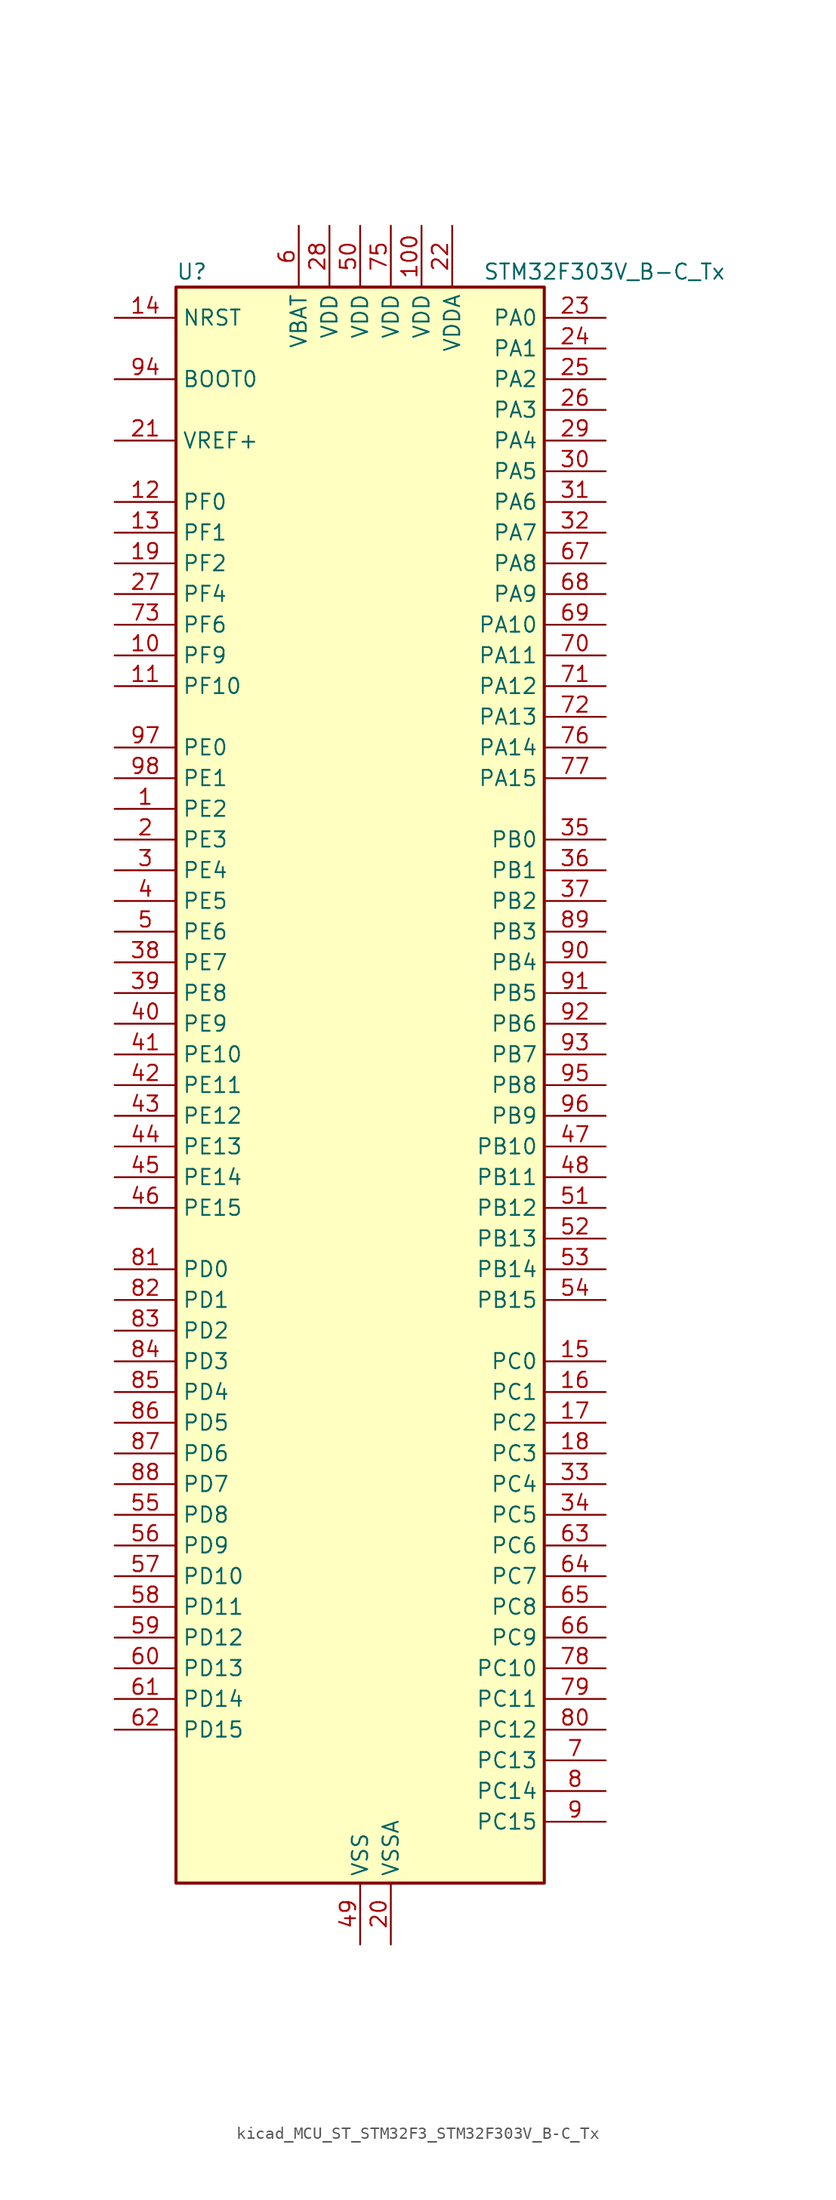
<source format=kicad_sym>
(kicad_symbol_lib
  (version 20220914)
  (generator kicad_symbol_editor)
  (symbol "kicad_MCU_ST_STM32F3_STM32F303V_B-C_Tx"
    (property "Reference" "U"
      (at -15.24 67.31 0)
      (effects (font (size 1.27 1.27)) (justify left)))
    (property "Value" "STM32F303V_B-C_Tx"
      (at 10.16 67.31 0)
      (effects (font (size 1.27 1.27)) (justify left)))
    (property "ki_locked" ""
      (at 0 0 0)
      (effects (font (size 1.27 1.27))))
    (symbol "kicad_MCU_ST_STM32F3_STM32F303V_B-C_Tx_0_1"
      (rectangle (start -15.24 -66.04) (end 15.24 66.04) (stroke (width 0.254) (type default)) (fill (type background))))
    (symbol "kicad_MCU_ST_STM32F3_STM32F303V_B-C_Tx_1_1"
      (pin bidirectional line (at -20.32 22.86 0) (length 5.08) (name "PE2" (effects (font (size 1.27 1.27)))) (number "1" (effects (font (size 1.27 1.27)))) (alternate "ADC3_EXTI2" bidirectional line) (alternate "ADC4_EXTI2" bidirectional line) (alternate "SYS_TRACECK" bidirectional line) (alternate "TIM3_CH1" bidirectional line) (alternate "TSC_G7_IO1" bidirectional line))
      (pin bidirectional line (at -20.32 35.56 0) (length 5.08) (name "PF9" (effects (font (size 1.27 1.27)))) (number "10" (effects (font (size 1.27 1.27)))) (alternate "DAC_EXTI9" bidirectional line) (alternate "SPI2_SCK" bidirectional line) (alternate "TIM15_CH1" bidirectional line))
      (pin power_in line (at 5.08 71.12 270) (length 5.08) (name "VDD" (effects (font (size 1.27 1.27)))) (number "100" (effects (font (size 1.27 1.27)))))
      (pin bidirectional line (at -20.32 33.02 0) (length 5.08) (name "PF10" (effects (font (size 1.27 1.27)))) (number "11" (effects (font (size 1.27 1.27)))) (alternate "SPI2_SCK" bidirectional line) (alternate "TIM15_CH2" bidirectional line))
      (pin bidirectional line (at -20.32 48.26 0) (length 5.08) (name "PF0" (effects (font (size 1.27 1.27)))) (number "12" (effects (font (size 1.27 1.27)))) (alternate "I2C2_SDA" bidirectional line) (alternate "RCC_OSC_IN" bidirectional line) (alternate "TIM1_CH3N" bidirectional line))
      (pin bidirectional line (at -20.32 45.72 0) (length 5.08) (name "PF1" (effects (font (size 1.27 1.27)))) (number "13" (effects (font (size 1.27 1.27)))) (alternate "I2C2_SCL" bidirectional line) (alternate "RCC_OSC_OUT" bidirectional line))
      (pin input line (at -20.32 63.5 0) (length 5.08) (name "NRST" (effects (font (size 1.27 1.27)))) (number "14" (effects (font (size 1.27 1.27)))))
      (pin bidirectional line (at 20.32 -22.86 180) (length 5.08) (name "PC0" (effects (font (size 1.27 1.27)))) (number "15" (effects (font (size 1.27 1.27)))) (alternate "ADC1_IN6" bidirectional line) (alternate "ADC2_IN6" bidirectional line) (alternate "COMP7_INM" bidirectional line))
      (pin bidirectional line (at 20.32 -25.4 180) (length 5.08) (name "PC1" (effects (font (size 1.27 1.27)))) (number "16" (effects (font (size 1.27 1.27)))) (alternate "ADC1_IN7" bidirectional line) (alternate "ADC2_IN7" bidirectional line) (alternate "COMP7_INP" bidirectional line))
      (pin bidirectional line (at 20.32 -27.94 180) (length 5.08) (name "PC2" (effects (font (size 1.27 1.27)))) (number "17" (effects (font (size 1.27 1.27)))) (alternate "ADC1_IN8" bidirectional line) (alternate "ADC2_IN8" bidirectional line) (alternate "ADC3_EXTI2" bidirectional line) (alternate "ADC4_EXTI2" bidirectional line) (alternate "COMP7_OUT" bidirectional line))
      (pin bidirectional line (at 20.32 -30.48 180) (length 5.08) (name "PC3" (effects (font (size 1.27 1.27)))) (number "18" (effects (font (size 1.27 1.27)))) (alternate "ADC1_IN9" bidirectional line) (alternate "ADC2_IN9" bidirectional line) (alternate "TIM1_BKIN2" bidirectional line))
      (pin bidirectional line (at -20.32 43.18 0) (length 5.08) (name "PF2" (effects (font (size 1.27 1.27)))) (number "19" (effects (font (size 1.27 1.27)))) (alternate "ADC1_IN10" bidirectional line) (alternate "ADC2_IN10" bidirectional line) (alternate "ADC3_EXTI2" bidirectional line) (alternate "ADC4_EXTI2" bidirectional line))
      (pin bidirectional line (at -20.32 20.32 0) (length 5.08) (name "PE3" (effects (font (size 1.27 1.27)))) (number "2" (effects (font (size 1.27 1.27)))) (alternate "SYS_TRACED0" bidirectional line) (alternate "TIM3_CH2" bidirectional line) (alternate "TSC_G7_IO2" bidirectional line))
      (pin power_in line (at 2.54 -71.12 90) (length 5.08) (name "VSSA" (effects (font (size 1.27 1.27)))) (number "20" (effects (font (size 1.27 1.27)))))
      (pin input line (at -20.32 53.34 0) (length 5.08) (name "VREF+" (effects (font (size 1.27 1.27)))) (number "21" (effects (font (size 1.27 1.27)))))
      (pin power_in line (at 7.62 71.12 270) (length 5.08) (name "VDDA" (effects (font (size 1.27 1.27)))) (number "22" (effects (font (size 1.27 1.27)))))
      (pin bidirectional line (at 20.32 63.5 180) (length 5.08) (name "PA0" (effects (font (size 1.27 1.27)))) (number "23" (effects (font (size 1.27 1.27)))) (alternate "ADC1_IN1" bidirectional line) (alternate "COMP1_INM" bidirectional line) (alternate "COMP1_OUT" bidirectional line) (alternate "COMP7_INP" bidirectional line) (alternate "RTC_TAMP2" bidirectional line) (alternate "SYS_WKUP1" bidirectional line) (alternate "TIM2_CH1" bidirectional line) (alternate "TIM2_ETR" bidirectional line) (alternate "TIM8_BKIN" bidirectional line) (alternate "TIM8_ETR" bidirectional line) (alternate "TSC_G1_IO1" bidirectional line) (alternate "USART2_CTS" bidirectional line))
      (pin bidirectional line (at 20.32 60.96 180) (length 5.08) (name "PA1" (effects (font (size 1.27 1.27)))) (number "24" (effects (font (size 1.27 1.27)))) (alternate "ADC1_IN2" bidirectional line) (alternate "COMP1_INP" bidirectional line) (alternate "OPAMP1_VINP" bidirectional line) (alternate "OPAMP1_VINP_SEC" bidirectional line) (alternate "OPAMP3_VINP" bidirectional line) (alternate "OPAMP3_VINP_SEC" bidirectional line) (alternate "RTC_REFIN" bidirectional line) (alternate "TIM15_CH1N" bidirectional line) (alternate "TIM2_CH2" bidirectional line) (alternate "TSC_G1_IO2" bidirectional line) (alternate "USART2_DE" bidirectional line) (alternate "USART2_RTS" bidirectional line))
      (pin bidirectional line (at 20.32 58.42 180) (length 5.08) (name "PA2" (effects (font (size 1.27 1.27)))) (number "25" (effects (font (size 1.27 1.27)))) (alternate "ADC1_IN3" bidirectional line) (alternate "ADC3_EXTI2" bidirectional line) (alternate "ADC4_EXTI2" bidirectional line) (alternate "COMP2_INM" bidirectional line) (alternate "COMP2_OUT" bidirectional line) (alternate "OPAMP1_VOUT" bidirectional line) (alternate "TIM15_CH1" bidirectional line) (alternate "TIM2_CH3" bidirectional line) (alternate "TSC_G1_IO3" bidirectional line) (alternate "USART2_TX" bidirectional line))
      (pin bidirectional line (at 20.32 55.88 180) (length 5.08) (name "PA3" (effects (font (size 1.27 1.27)))) (number "26" (effects (font (size 1.27 1.27)))) (alternate "ADC1_IN4" bidirectional line) (alternate "COMP2_INP" bidirectional line) (alternate "OPAMP1_VINM" bidirectional line) (alternate "OPAMP1_VINM_SEC" bidirectional line) (alternate "OPAMP1_VINP" bidirectional line) (alternate "OPAMP1_VINP_SEC" bidirectional line) (alternate "TIM15_CH2" bidirectional line) (alternate "TIM2_CH4" bidirectional line) (alternate "TSC_G1_IO4" bidirectional line) (alternate "USART2_RX" bidirectional line))
      (pin bidirectional line (at -20.32 40.64 0) (length 5.08) (name "PF4" (effects (font (size 1.27 1.27)))) (number "27" (effects (font (size 1.27 1.27)))) (alternate "ADC1_IN5" bidirectional line) (alternate "COMP1_OUT" bidirectional line))
      (pin power_in line (at -2.54 71.12 270) (length 5.08) (name "VDD" (effects (font (size 1.27 1.27)))) (number "28" (effects (font (size 1.27 1.27)))))
      (pin bidirectional line (at 20.32 53.34 180) (length 5.08) (name "PA4" (effects (font (size 1.27 1.27)))) (number "29" (effects (font (size 1.27 1.27)))) (alternate "ADC2_IN1" bidirectional line) (alternate "COMP1_INM" bidirectional line) (alternate "COMP2_INM" bidirectional line) (alternate "COMP3_INM" bidirectional line) (alternate "COMP4_INM" bidirectional line) (alternate "COMP5_INM" bidirectional line) (alternate "COMP6_INM" bidirectional line) (alternate "COMP7_INM" bidirectional line) (alternate "DAC_OUT1" bidirectional line) (alternate "I2S3_WS" bidirectional line) (alternate "OPAMP4_VINP" bidirectional line) (alternate "OPAMP4_VINP_SEC" bidirectional line) (alternate "SPI1_NSS" bidirectional line) (alternate "SPI3_NSS" bidirectional line) (alternate "TIM3_CH2" bidirectional line) (alternate "TSC_G2_IO1" bidirectional line) (alternate "USART2_CK" bidirectional line))
      (pin bidirectional line (at -20.32 17.78 0) (length 5.08) (name "PE4" (effects (font (size 1.27 1.27)))) (number "3" (effects (font (size 1.27 1.27)))) (alternate "SYS_TRACED1" bidirectional line) (alternate "TIM3_CH3" bidirectional line) (alternate "TSC_G7_IO3" bidirectional line))
      (pin bidirectional line (at 20.32 50.8 180) (length 5.08) (name "PA5" (effects (font (size 1.27 1.27)))) (number "30" (effects (font (size 1.27 1.27)))) (alternate "ADC2_IN2" bidirectional line) (alternate "COMP1_INM" bidirectional line) (alternate "COMP2_INM" bidirectional line) (alternate "COMP3_INM" bidirectional line) (alternate "COMP4_INM" bidirectional line) (alternate "COMP5_INM" bidirectional line) (alternate "COMP6_INM" bidirectional line) (alternate "COMP7_INM" bidirectional line) (alternate "DAC_OUT2" bidirectional line) (alternate "OPAMP1_VINP" bidirectional line) (alternate "OPAMP1_VINP_SEC" bidirectional line) (alternate "OPAMP2_VINM" bidirectional line) (alternate "OPAMP2_VINM_SEC" bidirectional line) (alternate "OPAMP3_VINP" bidirectional line) (alternate "OPAMP3_VINP_SEC" bidirectional line) (alternate "SPI1_SCK" bidirectional line) (alternate "TIM2_CH1" bidirectional line) (alternate "TIM2_ETR" bidirectional line) (alternate "TSC_G2_IO2" bidirectional line))
      (pin bidirectional line (at 20.32 48.26 180) (length 5.08) (name "PA6" (effects (font (size 1.27 1.27)))) (number "31" (effects (font (size 1.27 1.27)))) (alternate "ADC2_IN3" bidirectional line) (alternate "COMP1_OUT" bidirectional line) (alternate "OPAMP2_VOUT" bidirectional line) (alternate "SPI1_MISO" bidirectional line) (alternate "TIM16_CH1" bidirectional line) (alternate "TIM1_BKIN" bidirectional line) (alternate "TIM3_CH1" bidirectional line) (alternate "TIM8_BKIN" bidirectional line) (alternate "TSC_G2_IO3" bidirectional line))
      (pin bidirectional line (at 20.32 45.72 180) (length 5.08) (name "PA7" (effects (font (size 1.27 1.27)))) (number "32" (effects (font (size 1.27 1.27)))) (alternate "ADC2_IN4" bidirectional line) (alternate "COMP2_INP" bidirectional line) (alternate "COMP2_OUT" bidirectional line) (alternate "OPAMP1_VINP" bidirectional line) (alternate "OPAMP1_VINP_SEC" bidirectional line) (alternate "OPAMP2_VINP" bidirectional line) (alternate "OPAMP2_VINP_SEC" bidirectional line) (alternate "SPI1_MOSI" bidirectional line) (alternate "TIM17_CH1" bidirectional line) (alternate "TIM1_CH1N" bidirectional line) (alternate "TIM3_CH2" bidirectional line) (alternate "TIM8_CH1N" bidirectional line) (alternate "TSC_G2_IO4" bidirectional line))
      (pin bidirectional line (at 20.32 -33.02 180) (length 5.08) (name "PC4" (effects (font (size 1.27 1.27)))) (number "33" (effects (font (size 1.27 1.27)))) (alternate "ADC2_IN5" bidirectional line) (alternate "USART1_TX" bidirectional line))
      (pin bidirectional line (at 20.32 -35.56 180) (length 5.08) (name "PC5" (effects (font (size 1.27 1.27)))) (number "34" (effects (font (size 1.27 1.27)))) (alternate "ADC2_IN11" bidirectional line) (alternate "OPAMP1_VINM" bidirectional line) (alternate "OPAMP1_VINM_SEC" bidirectional line) (alternate "OPAMP2_VINM" bidirectional line) (alternate "OPAMP2_VINM_SEC" bidirectional line) (alternate "TSC_G3_IO1" bidirectional line) (alternate "USART1_RX" bidirectional line))
      (pin bidirectional line (at 20.32 20.32 180) (length 5.08) (name "PB0" (effects (font (size 1.27 1.27)))) (number "35" (effects (font (size 1.27 1.27)))) (alternate "ADC3_IN12" bidirectional line) (alternate "COMP4_INP" bidirectional line) (alternate "OPAMP2_VINP" bidirectional line) (alternate "OPAMP2_VINP_SEC" bidirectional line) (alternate "OPAMP3_VINP" bidirectional line) (alternate "OPAMP3_VINP_SEC" bidirectional line) (alternate "TIM1_CH2N" bidirectional line) (alternate "TIM3_CH3" bidirectional line) (alternate "TIM8_CH2N" bidirectional line) (alternate "TSC_G3_IO2" bidirectional line))
      (pin bidirectional line (at 20.32 17.78 180) (length 5.08) (name "PB1" (effects (font (size 1.27 1.27)))) (number "36" (effects (font (size 1.27 1.27)))) (alternate "ADC3_IN1" bidirectional line) (alternate "COMP4_OUT" bidirectional line) (alternate "OPAMP3_VOUT" bidirectional line) (alternate "TIM1_CH3N" bidirectional line) (alternate "TIM3_CH4" bidirectional line) (alternate "TIM8_CH3N" bidirectional line) (alternate "TSC_G3_IO3" bidirectional line))
      (pin bidirectional line (at 20.32 15.24 180) (length 5.08) (name "PB2" (effects (font (size 1.27 1.27)))) (number "37" (effects (font (size 1.27 1.27)))) (alternate "ADC2_IN12" bidirectional line) (alternate "ADC3_EXTI2" bidirectional line) (alternate "ADC4_EXTI2" bidirectional line) (alternate "COMP4_INM" bidirectional line) (alternate "OPAMP3_VINM" bidirectional line) (alternate "OPAMP3_VINM_SEC" bidirectional line) (alternate "TSC_G3_IO4" bidirectional line))
      (pin bidirectional line (at -20.32 10.16 0) (length 5.08) (name "PE7" (effects (font (size 1.27 1.27)))) (number "38" (effects (font (size 1.27 1.27)))) (alternate "ADC3_IN13" bidirectional line) (alternate "COMP4_INP" bidirectional line) (alternate "TIM1_ETR" bidirectional line))
      (pin bidirectional line (at -20.32 7.62 0) (length 5.08) (name "PE8" (effects (font (size 1.27 1.27)))) (number "39" (effects (font (size 1.27 1.27)))) (alternate "ADC3_IN6" bidirectional line) (alternate "ADC4_IN6" bidirectional line) (alternate "COMP4_INM" bidirectional line) (alternate "TIM1_CH1N" bidirectional line))
      (pin bidirectional line (at -20.32 15.24 0) (length 5.08) (name "PE5" (effects (font (size 1.27 1.27)))) (number "4" (effects (font (size 1.27 1.27)))) (alternate "SYS_TRACED2" bidirectional line) (alternate "TIM3_CH4" bidirectional line) (alternate "TSC_G7_IO4" bidirectional line))
      (pin bidirectional line (at -20.32 5.08 0) (length 5.08) (name "PE9" (effects (font (size 1.27 1.27)))) (number "40" (effects (font (size 1.27 1.27)))) (alternate "ADC3_IN2" bidirectional line) (alternate "DAC_EXTI9" bidirectional line) (alternate "TIM1_CH1" bidirectional line))
      (pin bidirectional line (at -20.32 2.54 0) (length 5.08) (name "PE10" (effects (font (size 1.27 1.27)))) (number "41" (effects (font (size 1.27 1.27)))) (alternate "ADC3_IN14" bidirectional line) (alternate "TIM1_CH2N" bidirectional line))
      (pin bidirectional line (at -20.32 0 0) (length 5.08) (name "PE11" (effects (font (size 1.27 1.27)))) (number "42" (effects (font (size 1.27 1.27)))) (alternate "ADC1_EXTI11" bidirectional line) (alternate "ADC2_EXTI11" bidirectional line) (alternate "ADC3_IN15" bidirectional line) (alternate "TIM1_CH2" bidirectional line))
      (pin bidirectional line (at -20.32 -2.54 0) (length 5.08) (name "PE12" (effects (font (size 1.27 1.27)))) (number "43" (effects (font (size 1.27 1.27)))) (alternate "ADC3_IN16" bidirectional line) (alternate "TIM1_CH3N" bidirectional line))
      (pin bidirectional line (at -20.32 -5.08 0) (length 5.08) (name "PE13" (effects (font (size 1.27 1.27)))) (number "44" (effects (font (size 1.27 1.27)))) (alternate "ADC3_IN3" bidirectional line) (alternate "TIM1_CH3" bidirectional line))
      (pin bidirectional line (at -20.32 -7.62 0) (length 5.08) (name "PE14" (effects (font (size 1.27 1.27)))) (number "45" (effects (font (size 1.27 1.27)))) (alternate "ADC4_IN1" bidirectional line) (alternate "TIM1_BKIN2" bidirectional line) (alternate "TIM1_CH4" bidirectional line))
      (pin bidirectional line (at -20.32 -10.16 0) (length 5.08) (name "PE15" (effects (font (size 1.27 1.27)))) (number "46" (effects (font (size 1.27 1.27)))) (alternate "ADC1_EXTI15" bidirectional line) (alternate "ADC2_EXTI15" bidirectional line) (alternate "ADC4_IN2" bidirectional line) (alternate "TIM1_BKIN" bidirectional line) (alternate "USART3_RX" bidirectional line))
      (pin bidirectional line (at 20.32 -5.08 180) (length 5.08) (name "PB10" (effects (font (size 1.27 1.27)))) (number "47" (effects (font (size 1.27 1.27)))) (alternate "COMP5_INM" bidirectional line) (alternate "OPAMP3_VINM" bidirectional line) (alternate "OPAMP3_VINM_SEC" bidirectional line) (alternate "OPAMP4_VINM" bidirectional line) (alternate "OPAMP4_VINM_SEC" bidirectional line) (alternate "TIM2_CH3" bidirectional line) (alternate "TSC_SYNC" bidirectional line) (alternate "USART3_TX" bidirectional line))
      (pin bidirectional line (at 20.32 -7.62 180) (length 5.08) (name "PB11" (effects (font (size 1.27 1.27)))) (number "48" (effects (font (size 1.27 1.27)))) (alternate "ADC1_EXTI11" bidirectional line) (alternate "ADC2_EXTI11" bidirectional line) (alternate "COMP6_INP" bidirectional line) (alternate "OPAMP4_VINP" bidirectional line) (alternate "OPAMP4_VINP_SEC" bidirectional line) (alternate "TIM2_CH4" bidirectional line) (alternate "TSC_G6_IO1" bidirectional line) (alternate "USART3_RX" bidirectional line))
      (pin power_in line (at 0 -71.12 90) (length 5.08) (name "VSS" (effects (font (size 1.27 1.27)))) (number "49" (effects (font (size 1.27 1.27)))))
      (pin bidirectional line (at -20.32 12.7 0) (length 5.08) (name "PE6" (effects (font (size 1.27 1.27)))) (number "5" (effects (font (size 1.27 1.27)))) (alternate "RTC_TAMP3" bidirectional line) (alternate "SYS_TRACED3" bidirectional line) (alternate "SYS_WKUP3" bidirectional line))
      (pin power_in line (at 0 71.12 270) (length 5.08) (name "VDD" (effects (font (size 1.27 1.27)))) (number "50" (effects (font (size 1.27 1.27)))))
      (pin bidirectional line (at 20.32 -10.16 180) (length 5.08) (name "PB12" (effects (font (size 1.27 1.27)))) (number "51" (effects (font (size 1.27 1.27)))) (alternate "ADC4_IN3" bidirectional line) (alternate "COMP3_INM" bidirectional line) (alternate "I2C2_SMBA" bidirectional line) (alternate "I2S2_WS" bidirectional line) (alternate "OPAMP4_VOUT" bidirectional line) (alternate "SPI2_NSS" bidirectional line) (alternate "TIM1_BKIN" bidirectional line) (alternate "TSC_G6_IO2" bidirectional line) (alternate "USART3_CK" bidirectional line))
      (pin bidirectional line (at 20.32 -12.7 180) (length 5.08) (name "PB13" (effects (font (size 1.27 1.27)))) (number "52" (effects (font (size 1.27 1.27)))) (alternate "ADC3_IN5" bidirectional line) (alternate "COMP5_INP" bidirectional line) (alternate "I2S2_CK" bidirectional line) (alternate "OPAMP3_VINP" bidirectional line) (alternate "OPAMP3_VINP_SEC" bidirectional line) (alternate "OPAMP4_VINP" bidirectional line) (alternate "OPAMP4_VINP_SEC" bidirectional line) (alternate "SPI2_SCK" bidirectional line) (alternate "TIM1_CH1N" bidirectional line) (alternate "TSC_G6_IO3" bidirectional line) (alternate "USART3_CTS" bidirectional line))
      (pin bidirectional line (at 20.32 -15.24 180) (length 5.08) (name "PB14" (effects (font (size 1.27 1.27)))) (number "53" (effects (font (size 1.27 1.27)))) (alternate "ADC4_IN4" bidirectional line) (alternate "COMP3_INP" bidirectional line) (alternate "I2S2_ext_SD" bidirectional line) (alternate "OPAMP2_VINP" bidirectional line) (alternate "OPAMP2_VINP_SEC" bidirectional line) (alternate "SPI2_MISO" bidirectional line) (alternate "TIM15_CH1" bidirectional line) (alternate "TIM1_CH2N" bidirectional line) (alternate "TSC_G6_IO4" bidirectional line) (alternate "USART3_DE" bidirectional line) (alternate "USART3_RTS" bidirectional line))
      (pin bidirectional line (at 20.32 -17.78 180) (length 5.08) (name "PB15" (effects (font (size 1.27 1.27)))) (number "54" (effects (font (size 1.27 1.27)))) (alternate "ADC1_EXTI15" bidirectional line) (alternate "ADC2_EXTI15" bidirectional line) (alternate "ADC4_IN5" bidirectional line) (alternate "COMP6_INM" bidirectional line) (alternate "I2S2_SD" bidirectional line) (alternate "RTC_REFIN" bidirectional line) (alternate "SPI2_MOSI" bidirectional line) (alternate "TIM15_CH1N" bidirectional line) (alternate "TIM15_CH2" bidirectional line) (alternate "TIM1_CH3N" bidirectional line))
      (pin bidirectional line (at -20.32 -35.56 0) (length 5.08) (name "PD8" (effects (font (size 1.27 1.27)))) (number "55" (effects (font (size 1.27 1.27)))) (alternate "ADC4_IN12" bidirectional line) (alternate "OPAMP4_VINM" bidirectional line) (alternate "OPAMP4_VINM_SEC" bidirectional line) (alternate "USART3_TX" bidirectional line))
      (pin bidirectional line (at -20.32 -38.1 0) (length 5.08) (name "PD9" (effects (font (size 1.27 1.27)))) (number "56" (effects (font (size 1.27 1.27)))) (alternate "ADC4_IN13" bidirectional line) (alternate "DAC_EXTI9" bidirectional line) (alternate "USART3_RX" bidirectional line))
      (pin bidirectional line (at -20.32 -40.64 0) (length 5.08) (name "PD10" (effects (font (size 1.27 1.27)))) (number "57" (effects (font (size 1.27 1.27)))) (alternate "ADC3_IN7" bidirectional line) (alternate "ADC4_IN7" bidirectional line) (alternate "COMP6_INM" bidirectional line) (alternate "USART3_CK" bidirectional line))
      (pin bidirectional line (at -20.32 -43.18 0) (length 5.08) (name "PD11" (effects (font (size 1.27 1.27)))) (number "58" (effects (font (size 1.27 1.27)))) (alternate "ADC1_EXTI11" bidirectional line) (alternate "ADC2_EXTI11" bidirectional line) (alternate "ADC3_IN8" bidirectional line) (alternate "ADC4_IN8" bidirectional line) (alternate "COMP6_INP" bidirectional line) (alternate "OPAMP4_VINP" bidirectional line) (alternate "OPAMP4_VINP_SEC" bidirectional line) (alternate "USART3_CTS" bidirectional line))
      (pin bidirectional line (at -20.32 -45.72 0) (length 5.08) (name "PD12" (effects (font (size 1.27 1.27)))) (number "59" (effects (font (size 1.27 1.27)))) (alternate "ADC3_IN9" bidirectional line) (alternate "ADC4_IN9" bidirectional line) (alternate "COMP5_INP" bidirectional line) (alternate "TIM4_CH1" bidirectional line) (alternate "TSC_G8_IO1" bidirectional line) (alternate "USART3_DE" bidirectional line) (alternate "USART3_RTS" bidirectional line))
      (pin power_in line (at -5.08 71.12 270) (length 5.08) (name "VBAT" (effects (font (size 1.27 1.27)))) (number "6" (effects (font (size 1.27 1.27)))))
      (pin bidirectional line (at -20.32 -48.26 0) (length 5.08) (name "PD13" (effects (font (size 1.27 1.27)))) (number "60" (effects (font (size 1.27 1.27)))) (alternate "ADC3_IN10" bidirectional line) (alternate "ADC4_IN10" bidirectional line) (alternate "COMP5_INM" bidirectional line) (alternate "TIM4_CH2" bidirectional line) (alternate "TSC_G8_IO2" bidirectional line))
      (pin bidirectional line (at -20.32 -50.8 0) (length 5.08) (name "PD14" (effects (font (size 1.27 1.27)))) (number "61" (effects (font (size 1.27 1.27)))) (alternate "ADC3_IN11" bidirectional line) (alternate "ADC4_IN11" bidirectional line) (alternate "COMP3_INP" bidirectional line) (alternate "OPAMP2_VINP" bidirectional line) (alternate "OPAMP2_VINP_SEC" bidirectional line) (alternate "TIM4_CH3" bidirectional line) (alternate "TSC_G8_IO3" bidirectional line))
      (pin bidirectional line (at -20.32 -53.34 0) (length 5.08) (name "PD15" (effects (font (size 1.27 1.27)))) (number "62" (effects (font (size 1.27 1.27)))) (alternate "ADC1_EXTI15" bidirectional line) (alternate "ADC2_EXTI15" bidirectional line) (alternate "COMP3_INM" bidirectional line) (alternate "SPI2_NSS" bidirectional line) (alternate "TIM4_CH4" bidirectional line) (alternate "TSC_G8_IO4" bidirectional line))
      (pin bidirectional line (at 20.32 -38.1 180) (length 5.08) (name "PC6" (effects (font (size 1.27 1.27)))) (number "63" (effects (font (size 1.27 1.27)))) (alternate "COMP6_OUT" bidirectional line) (alternate "I2S2_MCK" bidirectional line) (alternate "TIM3_CH1" bidirectional line) (alternate "TIM8_CH1" bidirectional line))
      (pin bidirectional line (at 20.32 -40.64 180) (length 5.08) (name "PC7" (effects (font (size 1.27 1.27)))) (number "64" (effects (font (size 1.27 1.27)))) (alternate "COMP5_OUT" bidirectional line) (alternate "I2S3_MCK" bidirectional line) (alternate "TIM3_CH2" bidirectional line) (alternate "TIM8_CH2" bidirectional line))
      (pin bidirectional line (at 20.32 -43.18 180) (length 5.08) (name "PC8" (effects (font (size 1.27 1.27)))) (number "65" (effects (font (size 1.27 1.27)))) (alternate "COMP3_OUT" bidirectional line) (alternate "TIM3_CH3" bidirectional line) (alternate "TIM8_CH3" bidirectional line))
      (pin bidirectional line (at 20.32 -45.72 180) (length 5.08) (name "PC9" (effects (font (size 1.27 1.27)))) (number "66" (effects (font (size 1.27 1.27)))) (alternate "DAC_EXTI9" bidirectional line) (alternate "I2S_CKIN" bidirectional line) (alternate "TIM3_CH4" bidirectional line) (alternate "TIM8_BKIN2" bidirectional line) (alternate "TIM8_CH4" bidirectional line))
      (pin bidirectional line (at 20.32 43.18 180) (length 5.08) (name "PA8" (effects (font (size 1.27 1.27)))) (number "67" (effects (font (size 1.27 1.27)))) (alternate "COMP3_OUT" bidirectional line) (alternate "I2C2_SMBA" bidirectional line) (alternate "I2S2_MCK" bidirectional line) (alternate "RCC_MCO" bidirectional line) (alternate "TIM1_CH1" bidirectional line) (alternate "TIM4_ETR" bidirectional line) (alternate "USART1_CK" bidirectional line))
      (pin bidirectional line (at 20.32 40.64 180) (length 5.08) (name "PA9" (effects (font (size 1.27 1.27)))) (number "68" (effects (font (size 1.27 1.27)))) (alternate "COMP5_OUT" bidirectional line) (alternate "DAC_EXTI9" bidirectional line) (alternate "I2C2_SCL" bidirectional line) (alternate "I2S3_MCK" bidirectional line) (alternate "TIM15_BKIN" bidirectional line) (alternate "TIM1_CH2" bidirectional line) (alternate "TIM2_CH3" bidirectional line) (alternate "TSC_G4_IO1" bidirectional line) (alternate "USART1_TX" bidirectional line))
      (pin bidirectional line (at 20.32 38.1 180) (length 5.08) (name "PA10" (effects (font (size 1.27 1.27)))) (number "69" (effects (font (size 1.27 1.27)))) (alternate "COMP6_OUT" bidirectional line) (alternate "I2C2_SDA" bidirectional line) (alternate "TIM17_BKIN" bidirectional line) (alternate "TIM1_CH3" bidirectional line) (alternate "TIM2_CH4" bidirectional line) (alternate "TIM8_BKIN" bidirectional line) (alternate "TSC_G4_IO2" bidirectional line) (alternate "USART1_RX" bidirectional line))
      (pin bidirectional line (at 20.32 -55.88 180) (length 5.08) (name "PC13" (effects (font (size 1.27 1.27)))) (number "7" (effects (font (size 1.27 1.27)))) (alternate "RTC_OUT_ALARM" bidirectional line) (alternate "RTC_OUT_CALIB" bidirectional line) (alternate "RTC_TAMP1" bidirectional line) (alternate "RTC_TS" bidirectional line) (alternate "SYS_WKUP2" bidirectional line) (alternate "TIM1_CH1N" bidirectional line))
      (pin bidirectional line (at 20.32 35.56 180) (length 5.08) (name "PA11" (effects (font (size 1.27 1.27)))) (number "70" (effects (font (size 1.27 1.27)))) (alternate "ADC1_EXTI11" bidirectional line) (alternate "ADC2_EXTI11" bidirectional line) (alternate "CAN_RX" bidirectional line) (alternate "COMP1_OUT" bidirectional line) (alternate "TIM1_BKIN2" bidirectional line) (alternate "TIM1_CH1N" bidirectional line) (alternate "TIM1_CH4" bidirectional line) (alternate "TIM4_CH1" bidirectional line) (alternate "USART1_CTS" bidirectional line) (alternate "USB_DM" bidirectional line))
      (pin bidirectional line (at 20.32 33.02 180) (length 5.08) (name "PA12" (effects (font (size 1.27 1.27)))) (number "71" (effects (font (size 1.27 1.27)))) (alternate "CAN_TX" bidirectional line) (alternate "COMP2_OUT" bidirectional line) (alternate "TIM16_CH1" bidirectional line) (alternate "TIM1_CH2N" bidirectional line) (alternate "TIM1_ETR" bidirectional line) (alternate "TIM4_CH2" bidirectional line) (alternate "USART1_DE" bidirectional line) (alternate "USART1_RTS" bidirectional line) (alternate "USB_DP" bidirectional line))
      (pin bidirectional line (at 20.32 30.48 180) (length 5.08) (name "PA13" (effects (font (size 1.27 1.27)))) (number "72" (effects (font (size 1.27 1.27)))) (alternate "IR_OUT" bidirectional line) (alternate "SYS_JTMS-SWDIO" bidirectional line) (alternate "TIM16_CH1N" bidirectional line) (alternate "TIM4_CH3" bidirectional line) (alternate "TSC_G4_IO3" bidirectional line) (alternate "USART3_CTS" bidirectional line))
      (pin bidirectional line (at -20.32 38.1 0) (length 5.08) (name "PF6" (effects (font (size 1.27 1.27)))) (number "73" (effects (font (size 1.27 1.27)))) (alternate "I2C2_SCL" bidirectional line) (alternate "TIM4_CH4" bidirectional line) (alternate "USART3_DE" bidirectional line) (alternate "USART3_RTS" bidirectional line))
      (pin passive line (at 0 -71.12 90) (length 5.08) hide (name "VSS" (effects (font (size 1.27 1.27)))) (number "74" (effects (font (size 1.27 1.27)))))
      (pin power_in line (at 2.54 71.12 270) (length 5.08) (name "VDD" (effects (font (size 1.27 1.27)))) (number "75" (effects (font (size 1.27 1.27)))))
      (pin bidirectional line (at 20.32 27.94 180) (length 5.08) (name "PA14" (effects (font (size 1.27 1.27)))) (number "76" (effects (font (size 1.27 1.27)))) (alternate "I2C1_SDA" bidirectional line) (alternate "SYS_JTCK-SWCLK" bidirectional line) (alternate "TIM1_BKIN" bidirectional line) (alternate "TIM8_CH2" bidirectional line) (alternate "TSC_G4_IO4" bidirectional line) (alternate "USART2_TX" bidirectional line))
      (pin bidirectional line (at 20.32 25.4 180) (length 5.08) (name "PA15" (effects (font (size 1.27 1.27)))) (number "77" (effects (font (size 1.27 1.27)))) (alternate "ADC1_EXTI15" bidirectional line) (alternate "ADC2_EXTI15" bidirectional line) (alternate "I2C1_SCL" bidirectional line) (alternate "I2S3_WS" bidirectional line) (alternate "SPI1_NSS" bidirectional line) (alternate "SPI3_NSS" bidirectional line) (alternate "SYS_JTDI" bidirectional line) (alternate "TIM1_BKIN" bidirectional line) (alternate "TIM2_CH1" bidirectional line) (alternate "TIM2_ETR" bidirectional line) (alternate "TIM8_CH1" bidirectional line) (alternate "USART2_RX" bidirectional line))
      (pin bidirectional line (at 20.32 -48.26 180) (length 5.08) (name "PC10" (effects (font (size 1.27 1.27)))) (number "78" (effects (font (size 1.27 1.27)))) (alternate "I2S3_CK" bidirectional line) (alternate "SPI3_SCK" bidirectional line) (alternate "TIM8_CH1N" bidirectional line) (alternate "UART4_TX" bidirectional line) (alternate "USART3_TX" bidirectional line))
      (pin bidirectional line (at 20.32 -50.8 180) (length 5.08) (name "PC11" (effects (font (size 1.27 1.27)))) (number "79" (effects (font (size 1.27 1.27)))) (alternate "ADC1_EXTI11" bidirectional line) (alternate "ADC2_EXTI11" bidirectional line) (alternate "I2S3_ext_SD" bidirectional line) (alternate "SPI3_MISO" bidirectional line) (alternate "TIM8_CH2N" bidirectional line) (alternate "UART4_RX" bidirectional line) (alternate "USART3_RX" bidirectional line))
      (pin bidirectional line (at 20.32 -58.42 180) (length 5.08) (name "PC14" (effects (font (size 1.27 1.27)))) (number "8" (effects (font (size 1.27 1.27)))) (alternate "RCC_OSC32_IN" bidirectional line))
      (pin bidirectional line (at 20.32 -53.34 180) (length 5.08) (name "PC12" (effects (font (size 1.27 1.27)))) (number "80" (effects (font (size 1.27 1.27)))) (alternate "I2S3_SD" bidirectional line) (alternate "SPI3_MOSI" bidirectional line) (alternate "TIM8_CH3N" bidirectional line) (alternate "UART5_TX" bidirectional line) (alternate "USART3_CK" bidirectional line))
      (pin bidirectional line (at -20.32 -15.24 0) (length 5.08) (name "PD0" (effects (font (size 1.27 1.27)))) (number "81" (effects (font (size 1.27 1.27)))) (alternate "CAN_RX" bidirectional line))
      (pin bidirectional line (at -20.32 -17.78 0) (length 5.08) (name "PD1" (effects (font (size 1.27 1.27)))) (number "82" (effects (font (size 1.27 1.27)))) (alternate "CAN_TX" bidirectional line) (alternate "TIM8_BKIN2" bidirectional line) (alternate "TIM8_CH4" bidirectional line))
      (pin bidirectional line (at -20.32 -20.32 0) (length 5.08) (name "PD2" (effects (font (size 1.27 1.27)))) (number "83" (effects (font (size 1.27 1.27)))) (alternate "ADC3_EXTI2" bidirectional line) (alternate "ADC4_EXTI2" bidirectional line) (alternate "TIM3_ETR" bidirectional line) (alternate "TIM8_BKIN" bidirectional line) (alternate "UART5_RX" bidirectional line))
      (pin bidirectional line (at -20.32 -22.86 0) (length 5.08) (name "PD3" (effects (font (size 1.27 1.27)))) (number "84" (effects (font (size 1.27 1.27)))) (alternate "TIM2_CH1" bidirectional line) (alternate "TIM2_ETR" bidirectional line) (alternate "USART2_CTS" bidirectional line))
      (pin bidirectional line (at -20.32 -25.4 0) (length 5.08) (name "PD4" (effects (font (size 1.27 1.27)))) (number "85" (effects (font (size 1.27 1.27)))) (alternate "TIM2_CH2" bidirectional line) (alternate "USART2_DE" bidirectional line) (alternate "USART2_RTS" bidirectional line))
      (pin bidirectional line (at -20.32 -27.94 0) (length 5.08) (name "PD5" (effects (font (size 1.27 1.27)))) (number "86" (effects (font (size 1.27 1.27)))) (alternate "USART2_TX" bidirectional line))
      (pin bidirectional line (at -20.32 -30.48 0) (length 5.08) (name "PD6" (effects (font (size 1.27 1.27)))) (number "87" (effects (font (size 1.27 1.27)))) (alternate "TIM2_CH4" bidirectional line) (alternate "USART2_RX" bidirectional line))
      (pin bidirectional line (at -20.32 -33.02 0) (length 5.08) (name "PD7" (effects (font (size 1.27 1.27)))) (number "88" (effects (font (size 1.27 1.27)))) (alternate "TIM2_CH3" bidirectional line) (alternate "USART2_CK" bidirectional line))
      (pin bidirectional line (at 20.32 12.7 180) (length 5.08) (name "PB3" (effects (font (size 1.27 1.27)))) (number "89" (effects (font (size 1.27 1.27)))) (alternate "I2S3_CK" bidirectional line) (alternate "SPI1_SCK" bidirectional line) (alternate "SPI3_SCK" bidirectional line) (alternate "SYS_JTDO-TRACESWO" bidirectional line) (alternate "TIM2_CH2" bidirectional line) (alternate "TIM3_ETR" bidirectional line) (alternate "TIM4_ETR" bidirectional line) (alternate "TIM8_CH1N" bidirectional line) (alternate "TSC_G5_IO1" bidirectional line) (alternate "USART2_TX" bidirectional line))
      (pin bidirectional line (at 20.32 -60.96 180) (length 5.08) (name "PC15" (effects (font (size 1.27 1.27)))) (number "9" (effects (font (size 1.27 1.27)))) (alternate "ADC1_EXTI15" bidirectional line) (alternate "ADC2_EXTI15" bidirectional line) (alternate "RCC_OSC32_OUT" bidirectional line))
      (pin bidirectional line (at 20.32 10.16 180) (length 5.08) (name "PB4" (effects (font (size 1.27 1.27)))) (number "90" (effects (font (size 1.27 1.27)))) (alternate "I2S3_ext_SD" bidirectional line) (alternate "SPI1_MISO" bidirectional line) (alternate "SPI3_MISO" bidirectional line) (alternate "SYS_NJTRST" bidirectional line) (alternate "TIM16_CH1" bidirectional line) (alternate "TIM17_BKIN" bidirectional line) (alternate "TIM3_CH1" bidirectional line) (alternate "TIM8_CH2N" bidirectional line) (alternate "TSC_G5_IO2" bidirectional line) (alternate "USART2_RX" bidirectional line))
      (pin bidirectional line (at 20.32 7.62 180) (length 5.08) (name "PB5" (effects (font (size 1.27 1.27)))) (number "91" (effects (font (size 1.27 1.27)))) (alternate "I2C1_SMBA" bidirectional line) (alternate "I2S3_SD" bidirectional line) (alternate "SPI1_MOSI" bidirectional line) (alternate "SPI3_MOSI" bidirectional line) (alternate "TIM16_BKIN" bidirectional line) (alternate "TIM17_CH1" bidirectional line) (alternate "TIM3_CH2" bidirectional line) (alternate "TIM8_CH3N" bidirectional line) (alternate "USART2_CK" bidirectional line))
      (pin bidirectional line (at 20.32 5.08 180) (length 5.08) (name "PB6" (effects (font (size 1.27 1.27)))) (number "92" (effects (font (size 1.27 1.27)))) (alternate "I2C1_SCL" bidirectional line) (alternate "TIM16_CH1N" bidirectional line) (alternate "TIM4_CH1" bidirectional line) (alternate "TIM8_BKIN2" bidirectional line) (alternate "TIM8_CH1" bidirectional line) (alternate "TIM8_ETR" bidirectional line) (alternate "TSC_G5_IO3" bidirectional line) (alternate "USART1_TX" bidirectional line))
      (pin bidirectional line (at 20.32 2.54 180) (length 5.08) (name "PB7" (effects (font (size 1.27 1.27)))) (number "93" (effects (font (size 1.27 1.27)))) (alternate "I2C1_SDA" bidirectional line) (alternate "TIM17_CH1N" bidirectional line) (alternate "TIM3_CH4" bidirectional line) (alternate "TIM4_CH2" bidirectional line) (alternate "TIM8_BKIN" bidirectional line) (alternate "TSC_G5_IO4" bidirectional line) (alternate "USART1_RX" bidirectional line))
      (pin input line (at -20.32 58.42 0) (length 5.08) (name "BOOT0" (effects (font (size 1.27 1.27)))) (number "94" (effects (font (size 1.27 1.27)))))
      (pin bidirectional line (at 20.32 0 180) (length 5.08) (name "PB8" (effects (font (size 1.27 1.27)))) (number "95" (effects (font (size 1.27 1.27)))) (alternate "CAN_RX" bidirectional line) (alternate "COMP1_OUT" bidirectional line) (alternate "I2C1_SCL" bidirectional line) (alternate "TIM16_CH1" bidirectional line) (alternate "TIM1_BKIN" bidirectional line) (alternate "TIM4_CH3" bidirectional line) (alternate "TIM8_CH2" bidirectional line) (alternate "TSC_SYNC" bidirectional line))
      (pin bidirectional line (at 20.32 -2.54 180) (length 5.08) (name "PB9" (effects (font (size 1.27 1.27)))) (number "96" (effects (font (size 1.27 1.27)))) (alternate "CAN_TX" bidirectional line) (alternate "COMP2_OUT" bidirectional line) (alternate "DAC_EXTI9" bidirectional line) (alternate "I2C1_SDA" bidirectional line) (alternate "IR_OUT" bidirectional line) (alternate "TIM17_CH1" bidirectional line) (alternate "TIM4_CH4" bidirectional line) (alternate "TIM8_CH3" bidirectional line))
      (pin bidirectional line (at -20.32 27.94 0) (length 5.08) (name "PE0" (effects (font (size 1.27 1.27)))) (number "97" (effects (font (size 1.27 1.27)))) (alternate "TIM16_CH1" bidirectional line) (alternate "TIM4_ETR" bidirectional line) (alternate "USART1_TX" bidirectional line))
      (pin bidirectional line (at -20.32 25.4 0) (length 5.08) (name "PE1" (effects (font (size 1.27 1.27)))) (number "98" (effects (font (size 1.27 1.27)))) (alternate "TIM17_CH1" bidirectional line) (alternate "USART1_RX" bidirectional line))
      (pin passive line (at 0 -71.12 90) (length 5.08) hide (name "VSS" (effects (font (size 1.27 1.27)))) (number "99" (effects (font (size 1.27 1.27))))))))
</source>
